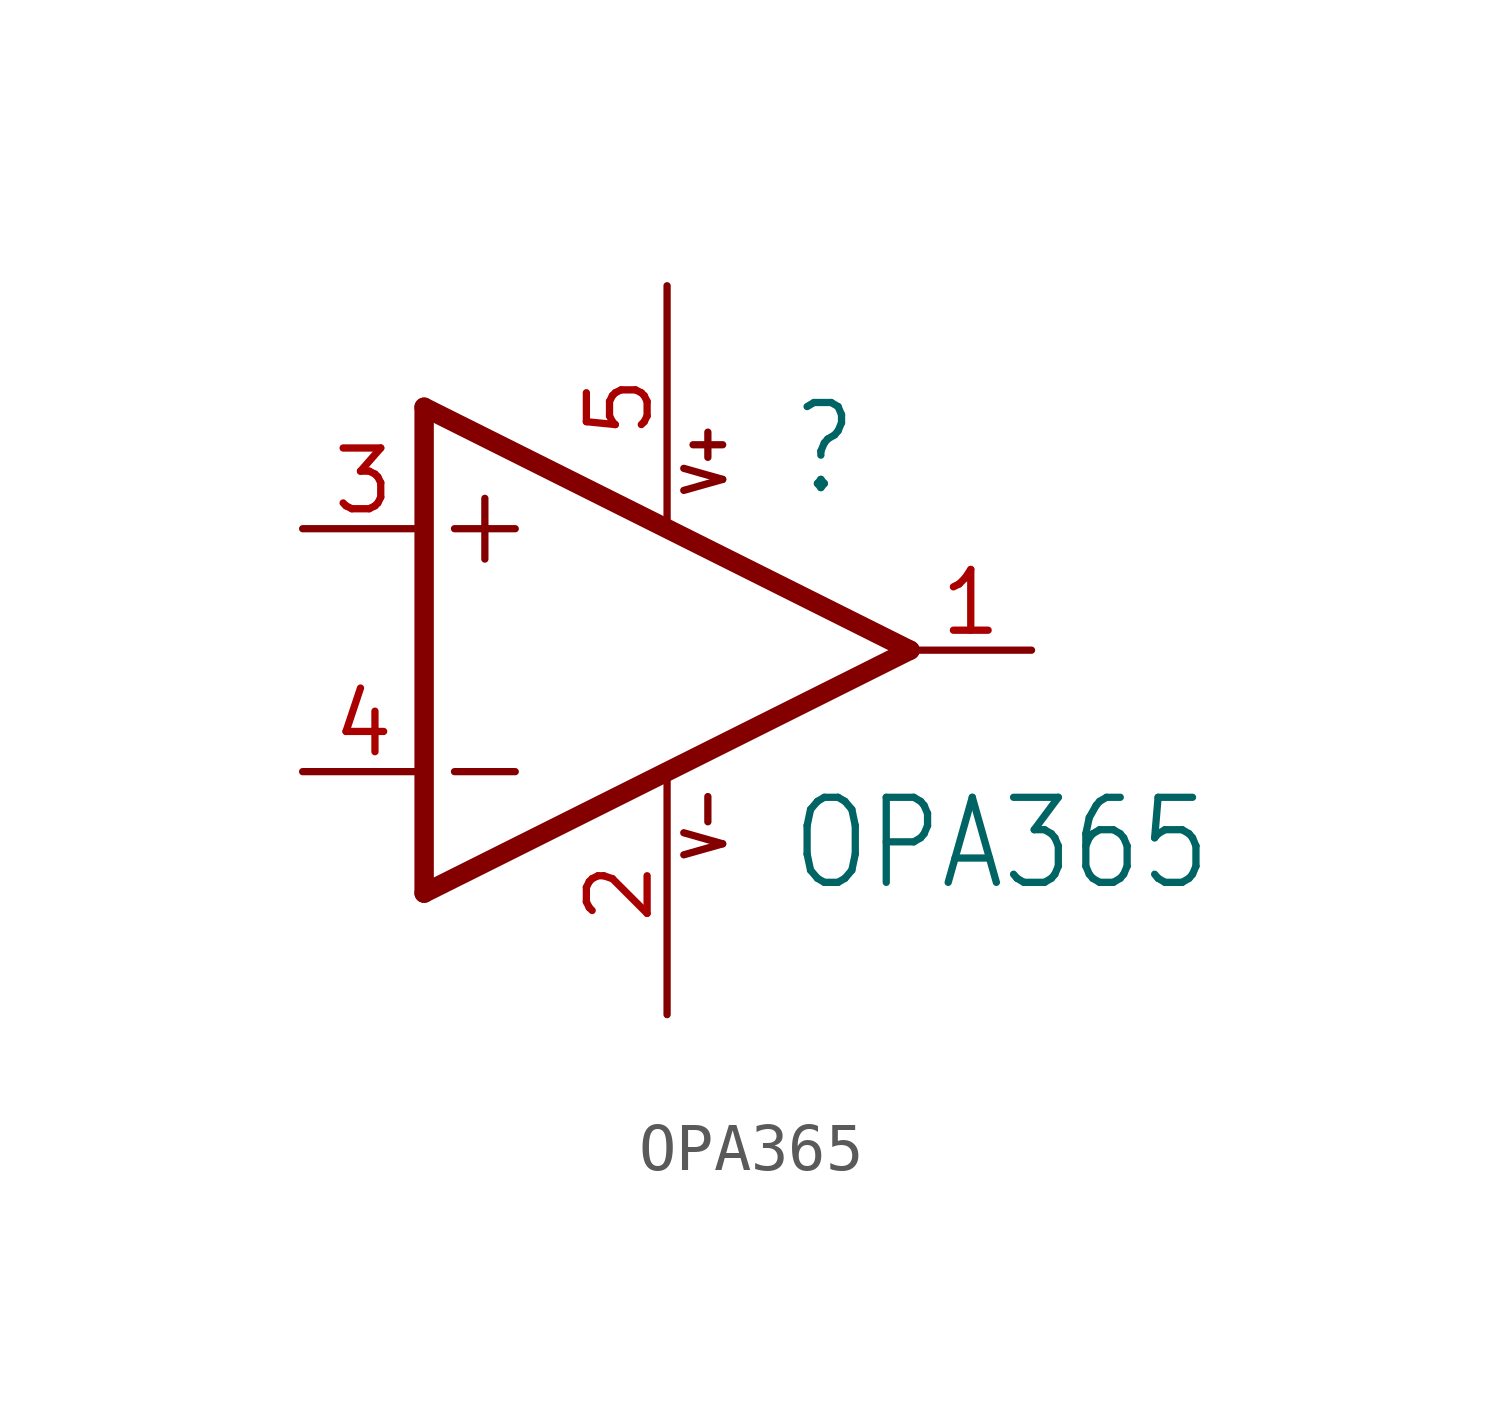
<source format=kicad_sym>
(kicad_symbol_lib
  (version 20211014)
  (generator kicad_symbol_editor)
  (symbol "OPA365"
    (property "Reference" ""
      (at 2.54 3.175 0)
      (effects (font (size 1.778 1.511)) (justify left bottom)))
    (property "Value" "OPA365"
      (at 2.54 -5.08 0)
      (effects (font (size 1.778 1.511)) (justify left bottom)))
    (property "ki_locked" ""
      (at 0 0 0)
      (effects (font (size 1.27 1.27))))
    (symbol "OPA365_1_0"
      (polyline (pts (xy -5.08 -5.08) (xy 5.08 0)) (stroke (width 0.406) (type default) (color 0 0 0 0)) (fill (type none)))
      (polyline (pts (xy -5.08 5.08) (xy -5.08 -5.08)) (stroke (width 0.406) (type default) (color 0 0 0 0)) (fill (type none)))
      (polyline (pts (xy -4.445 -2.54) (xy -3.175 -2.54)) (stroke (width 0.152) (type default) (color 0 0 0 0)) (fill (type none)))
      (polyline (pts (xy -4.445 2.54) (xy -3.175 2.54)) (stroke (width 0.152) (type default) (color 0 0 0 0)) (fill (type none)))
      (polyline (pts (xy -3.81 3.175) (xy -3.81 1.905)) (stroke (width 0.152) (type default) (color 0 0 0 0)) (fill (type none)))
      (polyline (pts (xy 5.08 0) (xy -5.08 5.08)) (stroke (width 0.406) (type default) (color 0 0 0 0)) (fill (type none)))
      (text "V+" (at 1.27 3.175 900) (effects (font (size 0.813 0.691)) (justify left bottom)))
      (text "V-" (at 1.27 -4.445 900) (effects (font (size 0.813 0.691)) (justify left bottom)))
      (pin output line (at 7.62 0 180) (length 2.54) (name "OUT" (effects (font (size 0 0)))) (number "1" (effects (font (size 1.27 1.27)))))
      (pin power_in line (at 0 -7.62 90) (length 5.08) (name "V-" (effects (font (size 0 0)))) (number "2" (effects (font (size 1.27 1.27)))))
      (pin input line (at -7.62 2.54 0) (length 2.54) (name "+IN" (effects (font (size 0 0)))) (number "3" (effects (font (size 1.27 1.27)))))
      (pin input line (at -7.62 -2.54 0) (length 2.54) (name "-IN" (effects (font (size 0 0)))) (number "4" (effects (font (size 1.27 1.27)))))
      (pin power_in line (at 0 7.62 270) (length 5.08) (name "V+" (effects (font (size 0 0)))) (number "5" (effects (font (size 1.27 1.27))))))))
</source>
